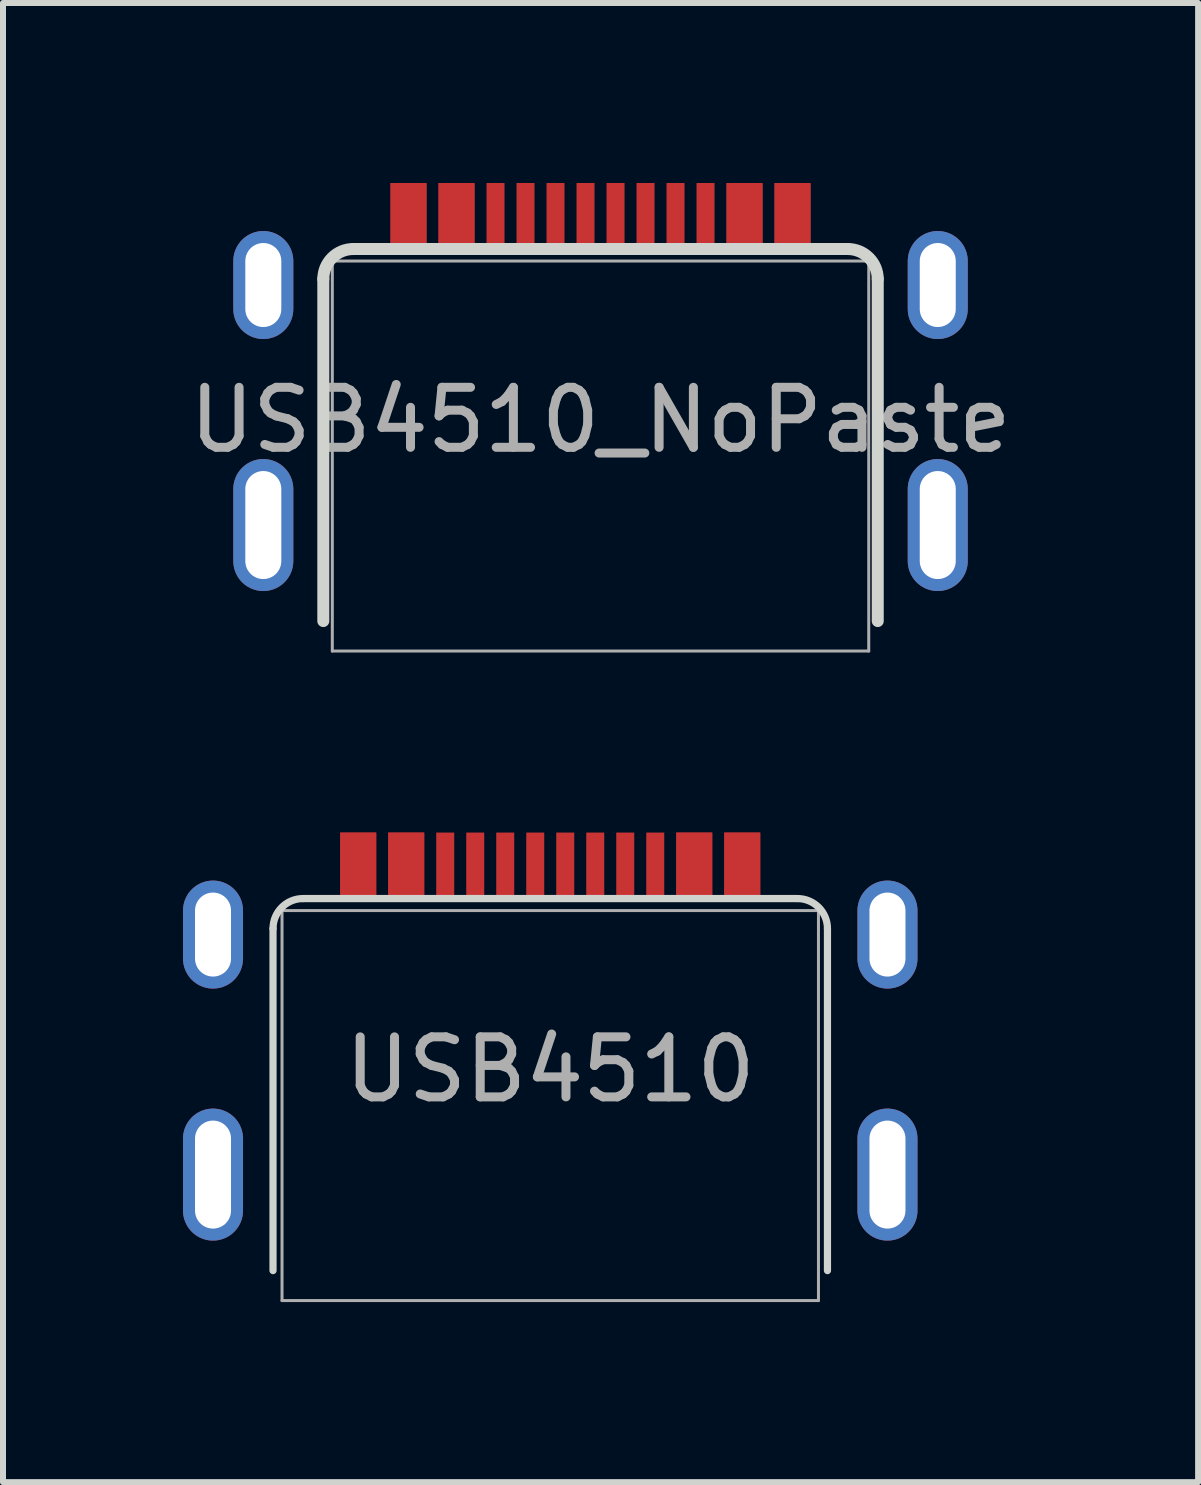
<source format=kicad_pcb>
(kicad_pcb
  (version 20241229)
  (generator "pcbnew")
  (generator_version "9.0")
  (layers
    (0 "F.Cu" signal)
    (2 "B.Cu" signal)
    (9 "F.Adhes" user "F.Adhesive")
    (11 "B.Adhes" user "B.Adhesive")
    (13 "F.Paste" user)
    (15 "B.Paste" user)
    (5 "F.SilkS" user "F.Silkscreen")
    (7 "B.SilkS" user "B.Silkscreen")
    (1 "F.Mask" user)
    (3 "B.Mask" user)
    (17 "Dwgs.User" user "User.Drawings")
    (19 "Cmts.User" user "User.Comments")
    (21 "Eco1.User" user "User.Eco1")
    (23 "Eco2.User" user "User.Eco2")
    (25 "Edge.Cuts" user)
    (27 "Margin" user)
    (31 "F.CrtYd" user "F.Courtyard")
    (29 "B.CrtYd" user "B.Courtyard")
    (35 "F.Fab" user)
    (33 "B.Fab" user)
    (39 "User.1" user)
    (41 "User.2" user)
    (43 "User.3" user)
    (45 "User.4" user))
  (footprint "USB4510_NoPaste"
    (layer "F.Cu")
    (at 6.958 7.3)
    (property "Reference" "USB4510_NoPaste" (at 0 -3.35 0) (layer "F.Fab") (effects (font (size 1 1) (thickness 0.15))))
    (attr smd)
    (fp_line (start -4.62 0) (end -4.62 -5.7) (stroke (width 0.2) (type solid)) (layer "Edge.Cuts"))
    (fp_line (start -4.12 -6.2) (end 4.12 -6.2) (stroke (width 0.2) (type solid)) (layer "Edge.Cuts"))
    (fp_line (start 4.62 0) (end 4.62 -5.7) (stroke (width 0.2) (type solid)) (layer "Edge.Cuts"))
    (fp_arc (start -4.62 -5.7) (mid -4.473553 -6.053553) (end -4.12 -6.2) (stroke (width 0.2) (type solid)) (layer "Edge.Cuts"))
    (fp_arc (start 4.12 -6.2) (mid 4.473553 -6.053553) (end 4.62 -5.7) (stroke (width 0.2) (type solid)) (layer "Edge.Cuts"))
    (fp_line (start -4.47 0.5) (end -4.47 -6) (stroke (width 0.05) (type solid)) (layer "F.Fab"))
    (fp_line (start -4.47 0.5) (end 4.47 0.5) (stroke (width 0.05) (type solid)) (layer "F.Fab"))
    (fp_line (start 4.47 -6) (end -4.47 -6) (stroke (width 0.05) (type solid)) (layer "F.Fab"))
    (fp_line (start 4.47 0.5) (end 4.47 -6) (stroke (width 0.05) (type solid)) (layer "F.Fab"))
    (pad "A1" smd rect (at -3.2 -6.75) (size 0.6 1.1) (layers "F.Cu" "F.Mask"))
    (pad "A4" smd rect (at -2.4 -6.75) (size 0.6 1.1) (layers "F.Cu" "F.Mask"))
    (pad "A5" smd rect (at -1.25 -6.75) (size 0.3 1.1) (layers "F.Cu" "F.Mask"))
    (pad "A6" smd rect (at -0.25 -6.75) (size 0.3 1.1) (layers "F.Cu" "F.Mask"))
    (pad "A7" smd rect (at 0.25 -6.75) (size 0.3 1.1) (layers "F.Cu" "F.Mask"))
    (pad "A8" smd rect (at 1.25 -6.75) (size 0.3 1.1) (layers "F.Cu" "F.Mask"))
    (pad "A9" smd rect (at 2.4 -6.75) (size 0.6 1.1) (layers "F.Cu" "F.Mask"))
    (pad "A12" smd rect (at 3.2 -6.75) (size 0.6 1.1) (layers "F.Cu" "F.Mask"))
    (pad "B1" smd rect (at 3.2 -6.75) (size 0.6 1.1) (layers "F.Cu" "F.Mask"))
    (pad "B4" smd rect (at 2.4 -6.75) (size 0.6 1.1) (layers "F.Cu" "F.Mask"))
    (pad "B5" smd rect (at 1.75 -6.75) (size 0.3 1.1) (layers "F.Cu" "F.Mask"))
    (pad "B6" smd rect (at 0.75 -6.75) (size 0.3 1.1) (layers "F.Cu" "F.Mask"))
    (pad "B7" smd rect (at -0.75 -6.75) (size 0.3 1.1) (layers "F.Cu" "F.Mask"))
    (pad "B8" smd rect (at -1.75 -6.75) (size 0.3 1.1) (layers "F.Cu" "F.Mask"))
    (pad "B9" smd rect (at -2.4 -6.75) (size 0.6 1.1) (layers "F.Cu" "F.Mask"))
    (pad "B12" smd rect (at -3.2 -6.75) (size 0.6 1.1) (layers "F.Cu" "F.Mask"))
    (pad "S1" thru_hole oval (at -5.62 -5.6) (size 1 1.8) (drill oval 0.6 1.4) (layers "*.Cu" "*.Mask"))
    (pad "S1" thru_hole oval (at -5.62 -1.6) (size 1 2.2) (drill oval 0.6 1.8) (layers "*.Cu" "*.Mask"))
    (pad "S1" thru_hole oval (at 5.62 -5.6) (size 1 1.8) (drill oval 0.6 1.4) (layers "*.Cu" "*.Mask"))
    (pad "S1" thru_hole oval (at 5.62 -1.6) (size 1 2.2) (drill oval 0.6 1.8) (layers "*.Cu" "*.Mask")))
  (footprint "USB4510"
    (layer "F.Cu")
    (at 6.12 18.125)
    (property "Reference" "USB4510" (at 0 -3.35 0) (layer "F.Fab") (effects (font (size 1 1) (thickness 0.15))))
    (attr smd)
    (fp_line (start -4.62 0) (end -4.62 -5.7) (stroke (width 0.12) (type solid)) (layer "Edge.Cuts"))
    (fp_line (start -4.12 -6.2) (end 4.12 -6.2) (stroke (width 0.12) (type solid)) (layer "Edge.Cuts"))
    (fp_line (start 4.62 0) (end 4.62 -5.7) (stroke (width 0.12) (type solid)) (layer "Edge.Cuts"))
    (fp_arc (start -4.62 -5.7) (mid -4.473553 -6.053553) (end -4.12 -6.2) (stroke (width 0.12) (type solid)) (layer "Edge.Cuts"))
    (fp_arc (start 4.12 -6.2) (mid 4.473553 -6.053553) (end 4.62 -5.7) (stroke (width 0.12) (type solid)) (layer "Edge.Cuts"))
    (fp_line (start -4.47 0.5) (end -4.47 -6) (stroke (width 0.05) (type solid)) (layer "F.Fab"))
    (fp_line (start -4.47 0.5) (end 4.47 0.5) (stroke (width 0.05) (type solid)) (layer "F.Fab"))
    (fp_line (start 4.47 -6) (end -4.47 -6) (stroke (width 0.05) (type solid)) (layer "F.Fab"))
    (fp_line (start 4.47 0.5) (end 4.47 -6) (stroke (width 0.05) (type solid)) (layer "F.Fab"))
    (pad "A1" smd rect (at -3.2 -6.75) (size 0.6 1.1) (layers "F.Cu" "F.Mask" "F.Paste"))
    (pad "A4" smd rect (at -2.4 -6.75) (size 0.6 1.1) (layers "F.Cu" "F.Mask" "F.Paste"))
    (pad "A5" smd rect (at -1.25 -6.75) (size 0.3 1.1) (layers "F.Cu" "F.Mask" "F.Paste"))
    (pad "A6" smd rect (at -0.25 -6.75) (size 0.3 1.1) (layers "F.Cu" "F.Mask" "F.Paste"))
    (pad "A7" smd rect (at 0.25 -6.75) (size 0.3 1.1) (layers "F.Cu" "F.Mask" "F.Paste"))
    (pad "A8" smd rect (at 1.25 -6.75) (size 0.3 1.1) (layers "F.Cu" "F.Mask" "F.Paste"))
    (pad "A9" smd rect (at 2.4 -6.75) (size 0.6 1.1) (layers "F.Cu" "F.Mask" "F.Paste"))
    (pad "A12" smd rect (at 3.2 -6.75) (size 0.6 1.1) (layers "F.Cu" "F.Mask" "F.Paste"))
    (pad "B1" smd rect (at 3.2 -6.75) (size 0.6 1.1) (layers "F.Cu" "F.Mask" "F.Paste"))
    (pad "B4" smd rect (at 2.4 -6.75) (size 0.6 1.1) (layers "F.Cu" "F.Mask" "F.Paste"))
    (pad "B5" smd rect (at 1.75 -6.75) (size 0.3 1.1) (layers "F.Cu" "F.Mask" "F.Paste"))
    (pad "B6" smd rect (at 0.75 -6.75) (size 0.3 1.1) (layers "F.Cu" "F.Mask" "F.Paste"))
    (pad "B7" smd rect (at -0.75 -6.75) (size 0.3 1.1) (layers "F.Cu" "F.Mask" "F.Paste"))
    (pad "B8" smd rect (at -1.75 -6.75) (size 0.3 1.1) (layers "F.Cu" "F.Mask" "F.Paste"))
    (pad "B9" smd rect (at -2.4 -6.75) (size 0.6 1.1) (layers "F.Cu" "F.Mask" "F.Paste"))
    (pad "B12" smd rect (at -3.2 -6.75) (size 0.6 1.1) (layers "F.Cu" "F.Mask" "F.Paste"))
    (pad "S1" thru_hole oval (at -5.62 -5.6) (size 1 1.8) (drill oval 0.6 1.4) (layers "*.Cu" "*.Mask"))
    (pad "S1" thru_hole oval (at -5.62 -1.6) (size 1 2.2) (drill oval 0.6 1.8) (layers "*.Cu" "*.Mask"))
    (pad "S1" thru_hole oval (at 5.62 -5.6) (size 1 1.8) (drill oval 0.6 1.4) (layers "*.Cu" "*.Mask"))
    (pad "S1" thru_hole oval (at 5.62 -1.6) (size 1 2.2) (drill oval 0.6 1.8) (layers "*.Cu" "*.Mask")))
  (gr_rect
    (start -3 -3)
    (end 16.917 21.65)
    (stroke (width 0.1) (type default))
    (fill no)
    (layer "Edge.Cuts")))
</source>
